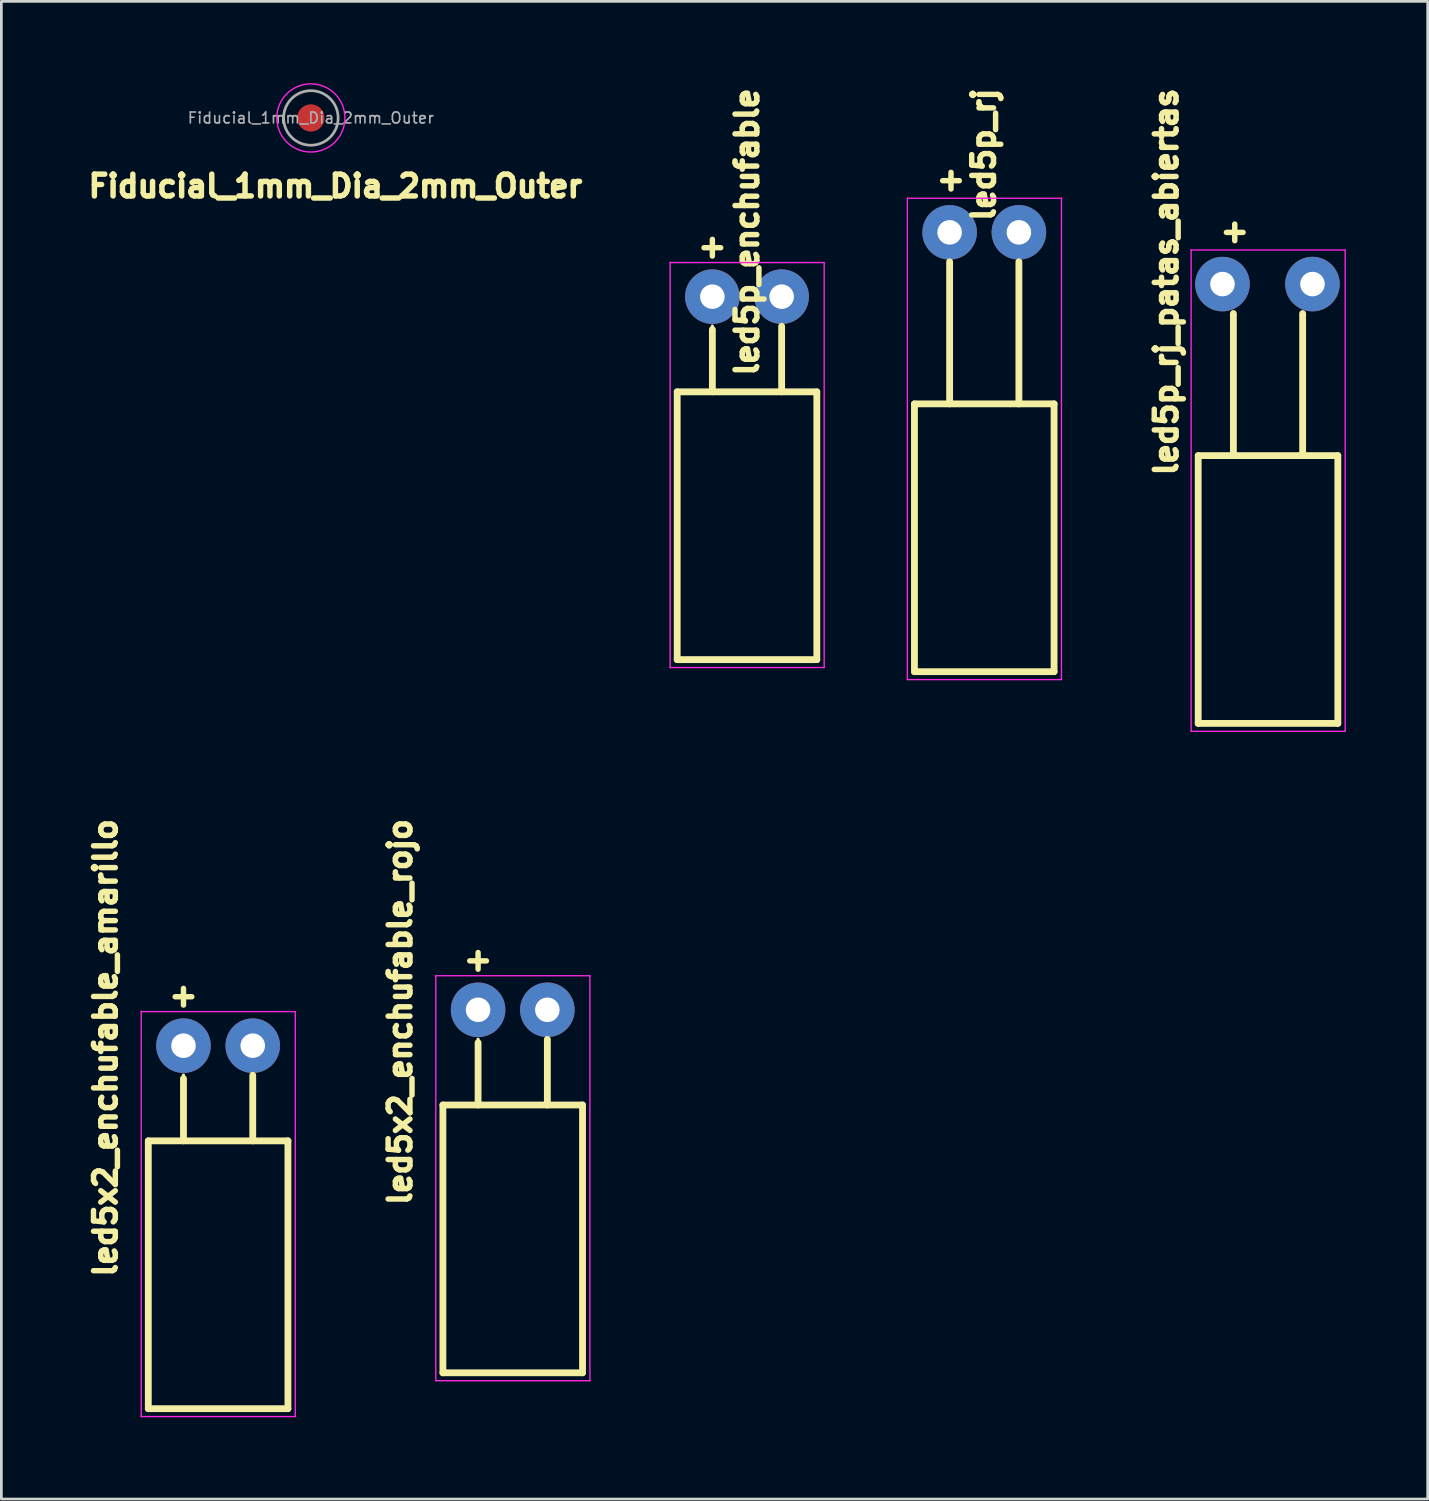
<source format=kicad_pcb>
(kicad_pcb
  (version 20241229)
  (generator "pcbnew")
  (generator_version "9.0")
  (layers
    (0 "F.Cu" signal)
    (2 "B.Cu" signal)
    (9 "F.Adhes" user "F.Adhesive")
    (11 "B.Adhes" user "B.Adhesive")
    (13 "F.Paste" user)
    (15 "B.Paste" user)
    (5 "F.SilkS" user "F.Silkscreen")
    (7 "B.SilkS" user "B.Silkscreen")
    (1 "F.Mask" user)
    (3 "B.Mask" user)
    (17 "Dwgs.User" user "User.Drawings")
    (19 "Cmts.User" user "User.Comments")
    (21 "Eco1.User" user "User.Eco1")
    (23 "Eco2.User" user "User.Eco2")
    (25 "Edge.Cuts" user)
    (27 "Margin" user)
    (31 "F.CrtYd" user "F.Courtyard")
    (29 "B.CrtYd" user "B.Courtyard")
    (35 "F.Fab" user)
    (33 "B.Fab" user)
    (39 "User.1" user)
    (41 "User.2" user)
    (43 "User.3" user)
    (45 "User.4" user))
  (footprint "led5p_enchufable"
    (layer "F.Cu")
    (at 23.072 7.828)
    (property "Reference" "led5p_enchufable" (at 1.27 -2.37 90) (layer "F.SilkS") (effects (font (size 0.8 0.8) (thickness 0.2))))
    (attr through_hole)
    (fp_line (start -1.29 3.49) (end -1.29 13.31) (stroke (width 0.25) (type solid)) (layer "F.SilkS"))
    (fp_line (start -1.29 13.31) (end 3.83 13.31) (stroke (width 0.25) (type solid)) (layer "F.SilkS"))
    (fp_line (start 0 1.08) (end 0 1.08) (stroke (width 0.12) (type solid)) (layer "F.SilkS"))
    (fp_line (start 0 3.49) (end 0 1.206) (stroke (width 0.25) (type solid)) (layer "F.SilkS"))
    (fp_line (start 0 3.49) (end 0 3.49) (stroke (width 0.12) (type solid)) (layer "F.SilkS"))
    (fp_line (start 2.54 1.08) (end 2.54 1.08) (stroke (width 0.12) (type solid)) (layer "F.SilkS"))
    (fp_line (start 2.54 3.49) (end 2.54 1.086) (stroke (width 0.25) (type solid)) (layer "F.SilkS"))
    (fp_line (start 2.54 3.49) (end 2.54 3.49) (stroke (width 0.12) (type solid)) (layer "F.SilkS"))
    (fp_line (start 3.83 3.49) (end -1.29 3.49) (stroke (width 0.25) (type solid)) (layer "F.SilkS"))
    (fp_line (start 3.83 13.31) (end 3.83 3.49) (stroke (width 0.25) (type solid)) (layer "F.SilkS"))
    (fp_line (start -1.55 -1.26) (end -1.55 13.6) (stroke (width 0.05) (type solid)) (layer "F.CrtYd"))
    (fp_line (start -1.55 13.6) (end 4.1 13.6) (stroke (width 0.05) (type solid)) (layer "F.CrtYd"))
    (fp_line (start 4.1 -1.25) (end -1.55 -1.25) (stroke (width 0.05) (type solid)) (layer "F.CrtYd"))
    (fp_line (start 4.1 13.6) (end 4.1 -1.25) (stroke (width 0.05) (type solid)) (layer "F.CrtYd"))
    (fp_line (start 0 0) (end 0 0) (stroke (width 0.1) (type solid)) (layer "F.Fab"))
    (fp_line (start 2.54 0) (end 2.54 0) (stroke (width 0.1) (type solid)) (layer "F.Fab"))
    (fp_text user "+" (at 0 -1.85 0) (layer "F.SilkS") (effects (font (size 0.8 0.8) (thickness 0.2))))
    (pad "1" thru_hole circle (at 0 0) (size 2 2) (drill 0.9) (layers "*.Cu" "*.Mask"))
    (pad "2" thru_hole circle (at 2.54 0) (size 2 2) (drill 0.9) (layers "*.Cu" "*.Mask")))
  (footprint "led5p_rj"
    (layer "F.Cu")
    (at 31.772 5.47)
    (property "Reference" "led5p_rj" (at 1.25 -2.85 90) (layer "F.SilkS") (effects (font (size 0.8 0.8) (thickness 0.2))))
    (attr through_hole)
    (fp_line (start -1.29 6.29) (end -1.29 16.11) (stroke (width 0.25) (type solid)) (layer "F.SilkS"))
    (fp_line (start -1.29 16.11) (end 3.83 16.11) (stroke (width 0.25) (type solid)) (layer "F.SilkS"))
    (fp_line (start 0 1.08) (end 0 1.08) (stroke (width 0.12) (type solid)) (layer "F.SilkS"))
    (fp_line (start 0 1.08) (end 0 6.29) (stroke (width 0.25) (type solid)) (layer "F.SilkS"))
    (fp_line (start 0 6.29) (end 0 6.29) (stroke (width 0.12) (type solid)) (layer "F.SilkS"))
    (fp_line (start 2.54 1.08) (end 2.54 1.08) (stroke (width 0.12) (type solid)) (layer "F.SilkS"))
    (fp_line (start 2.54 1.08) (end 2.54 6.29) (stroke (width 0.25) (type solid)) (layer "F.SilkS"))
    (fp_line (start 2.54 6.29) (end 2.54 6.29) (stroke (width 0.12) (type solid)) (layer "F.SilkS"))
    (fp_line (start 3.83 6.29) (end -1.29 6.29) (stroke (width 0.25) (type solid)) (layer "F.SilkS"))
    (fp_line (start 3.83 16.11) (end 3.83 6.29) (stroke (width 0.25) (type solid)) (layer "F.SilkS"))
    (fp_line (start -1.55 -1.25) (end -1.55 16.4) (stroke (width 0.05) (type solid)) (layer "F.CrtYd"))
    (fp_line (start -1.55 16.4) (end 4.1 16.4) (stroke (width 0.05) (type solid)) (layer "F.CrtYd"))
    (fp_line (start 4.1 -1.25) (end -1.55 -1.25) (stroke (width 0.05) (type solid)) (layer "F.CrtYd"))
    (fp_line (start 4.1 16.4) (end 4.1 -1.25) (stroke (width 0.05) (type solid)) (layer "F.CrtYd"))
    (fp_line (start 0 0) (end 0 0) (stroke (width 0.1) (type solid)) (layer "F.Fab"))
    (fp_line (start 2.54 0) (end 2.54 0) (stroke (width 0.1) (type solid)) (layer "F.Fab"))
    (fp_text user "+" (at 0.05 -1.95 0) (layer "F.SilkS") (effects (font (size 0.8 0.8) (thickness 0.2))))
    (pad "1" thru_hole circle (at 0 0) (size 2 2) (drill 0.9) (layers "*.Cu" "*.Mask"))
    (pad "2" thru_hole circle (at 2.54 0) (size 2 2) (drill 0.9) (layers "*.Cu" "*.Mask")))
  (footprint "Fiducial_1mm_Dia_2mm_Outer"
    (layer "F.Cu")
    (at 8.349 1.275)
    (property "Reference" "Fiducial_1mm_Dia_2mm_Outer" (at 0.9 2.5 0) (layer "F.SilkS") (effects (font (size 0.8 0.8) (thickness 0.2))))
    (attr exclude_from_pos_files exclude_from_bom)
    (fp_circle (center 0 0) (end 1.25 0) (stroke (width 0.05) (type solid)) (fill no) (layer "F.CrtYd"))
    (fp_circle (center 0 0) (end 1 0) (stroke (width 0.1) (type solid)) (fill no) (layer "F.Fab"))
    (fp_text user "${REFERENCE}" (at 0 0 0) (layer "F.Fab") (effects (font (size 0.4 0.4) (thickness 0.06))))
    (pad "~" smd circle (at 0 0) (size 1 1) (layers "F.Cu" "F.Mask")))
  (footprint "led5x2_enchufable_amarillo"
    (layer "F.Cu")
    (at 3.678 35.294)
    (property "Reference" "led5x2_enchufable_amarillo" (at -2.859 0.08 90) (layer "F.SilkS") (effects (font (size 0.8 0.8) (thickness 0.2))))
    (attr through_hole)
    (fp_line (start -1.29 3.49) (end -1.29 13.31) (stroke (width 0.25) (type solid)) (layer "F.SilkS"))
    (fp_line (start -1.29 13.31) (end 3.83 13.31) (stroke (width 0.25) (type solid)) (layer "F.SilkS"))
    (fp_line (start 0 1.08) (end 0 1.08) (stroke (width 0.12) (type solid)) (layer "F.SilkS"))
    (fp_line (start 0 3.49) (end 0 1.206) (stroke (width 0.25) (type solid)) (layer "F.SilkS"))
    (fp_line (start 0 3.49) (end 0 3.49) (stroke (width 0.12) (type solid)) (layer "F.SilkS"))
    (fp_line (start 2.54 1.08) (end 2.54 1.08) (stroke (width 0.12) (type solid)) (layer "F.SilkS"))
    (fp_line (start 2.54 3.49) (end 2.54 1.086) (stroke (width 0.25) (type solid)) (layer "F.SilkS"))
    (fp_line (start 2.54 3.49) (end 2.54 3.49) (stroke (width 0.12) (type solid)) (layer "F.SilkS"))
    (fp_line (start 3.83 3.49) (end -1.29 3.49) (stroke (width 0.25) (type solid)) (layer "F.SilkS"))
    (fp_line (start 3.83 13.31) (end 3.83 3.49) (stroke (width 0.25) (type solid)) (layer "F.SilkS"))
    (fp_line (start -1.55 -1.26) (end -1.55 13.6) (stroke (width 0.05) (type solid)) (layer "F.CrtYd"))
    (fp_line (start -1.55 13.6) (end 4.1 13.6) (stroke (width 0.05) (type solid)) (layer "F.CrtYd"))
    (fp_line (start 4.1 -1.25) (end -1.55 -1.25) (stroke (width 0.05) (type solid)) (layer "F.CrtYd"))
    (fp_line (start 4.1 13.6) (end 4.1 -1.25) (stroke (width 0.05) (type solid)) (layer "F.CrtYd"))
    (fp_line (start 0 0) (end 0 0) (stroke (width 0.1) (type solid)) (layer "F.Fab"))
    (fp_line (start 2.54 0) (end 2.54 0) (stroke (width 0.1) (type solid)) (layer "F.Fab"))
    (fp_text user "+" (at 0 -1.85 0) (layer "F.SilkS") (effects (font (size 0.8 0.8) (thickness 0.2))))
    (pad "1" thru_hole circle (at 0 0) (size 2 2) (drill 0.9) (layers "*.Cu" "*.Mask"))
    (pad "2" thru_hole circle (at 2.54 0) (size 2 2) (drill 0.9) (layers "*.Cu" "*.Mask")))
  (footprint "led5p_rj_patas_abiertas"
    (layer "F.Cu")
    (at 42.177 7.367)
    (property "Reference" "led5p_rj_patas_abiertas" (at -2.461 -0.08 90) (layer "F.SilkS") (effects (font (size 0.8 0.8) (thickness 0.2))))
    (attr through_hole)
    (fp_line (start -1.29 6.29) (end -1.29 16.11) (stroke (width 0.25) (type solid)) (layer "F.SilkS"))
    (fp_line (start -1.29 16.11) (end 3.83 16.11) (stroke (width 0.25) (type solid)) (layer "F.SilkS"))
    (fp_line (start 0 1.08) (end 0 1.08) (stroke (width 0.12) (type solid)) (layer "F.SilkS"))
    (fp_line (start 0 1.08) (end 0 6.29) (stroke (width 0.25) (type solid)) (layer "F.SilkS"))
    (fp_line (start 0 6.29) (end 0 6.29) (stroke (width 0.12) (type solid)) (layer "F.SilkS"))
    (fp_line (start 2.54 1.08) (end 2.54 1.08) (stroke (width 0.12) (type solid)) (layer "F.SilkS"))
    (fp_line (start 2.54 1.08) (end 2.54 6.29) (stroke (width 0.25) (type solid)) (layer "F.SilkS"))
    (fp_line (start 2.54 6.29) (end 2.54 6.29) (stroke (width 0.12) (type solid)) (layer "F.SilkS"))
    (fp_line (start 3.83 6.29) (end -1.29 6.29) (stroke (width 0.25) (type solid)) (layer "F.SilkS"))
    (fp_line (start 3.83 16.11) (end 3.83 6.29) (stroke (width 0.25) (type solid)) (layer "F.SilkS"))
    (fp_line (start -1.55 -1.25) (end -1.55 16.4) (stroke (width 0.05) (type solid)) (layer "F.CrtYd"))
    (fp_line (start -1.55 16.4) (end 4.1 16.4) (stroke (width 0.05) (type solid)) (layer "F.CrtYd"))
    (fp_line (start 4.1 -1.25) (end -1.55 -1.25) (stroke (width 0.05) (type solid)) (layer "F.CrtYd"))
    (fp_line (start 4.1 16.4) (end 4.1 -1.25) (stroke (width 0.05) (type solid)) (layer "F.CrtYd"))
    (fp_line (start 0 0) (end 0 0) (stroke (width 0.1) (type solid)) (layer "F.Fab"))
    (fp_line (start 2.54 0) (end 2.54 0) (stroke (width 0.1) (type solid)) (layer "F.Fab"))
    (fp_text user "+" (at 0.05 -1.95 0) (layer "F.SilkS") (effects (font (size 0.8 0.8) (thickness 0.2))))
    (pad "1" thru_hole circle (at -0.4 0) (size 2 2) (drill 0.9) (layers "*.Cu" "*.Mask"))
    (pad "2" thru_hole circle (at 2.9 0) (size 2 2) (drill 0.9) (layers "*.Cu" "*.Mask")))
  (footprint "led5x2_enchufable_rojo"
    (layer "F.Cu")
    (at 14.481 33.979)
    (property "Reference" "led5x2_enchufable_rojo" (at -2.859 0.08 90) (layer "F.SilkS") (effects (font (size 0.8 0.8) (thickness 0.2))))
    (attr through_hole)
    (fp_line (start -1.29 3.49) (end -1.29 13.31) (stroke (width 0.25) (type solid)) (layer "F.SilkS"))
    (fp_line (start -1.29 13.31) (end 3.83 13.31) (stroke (width 0.25) (type solid)) (layer "F.SilkS"))
    (fp_line (start 0 1.08) (end 0 1.08) (stroke (width 0.12) (type solid)) (layer "F.SilkS"))
    (fp_line (start 0 3.49) (end 0 1.206) (stroke (width 0.25) (type solid)) (layer "F.SilkS"))
    (fp_line (start 0 3.49) (end 0 3.49) (stroke (width 0.12) (type solid)) (layer "F.SilkS"))
    (fp_line (start 2.54 1.08) (end 2.54 1.08) (stroke (width 0.12) (type solid)) (layer "F.SilkS"))
    (fp_line (start 2.54 3.49) (end 2.54 1.086) (stroke (width 0.25) (type solid)) (layer "F.SilkS"))
    (fp_line (start 2.54 3.49) (end 2.54 3.49) (stroke (width 0.12) (type solid)) (layer "F.SilkS"))
    (fp_line (start 3.83 3.49) (end -1.29 3.49) (stroke (width 0.25) (type solid)) (layer "F.SilkS"))
    (fp_line (start 3.83 13.31) (end 3.83 3.49) (stroke (width 0.25) (type solid)) (layer "F.SilkS"))
    (fp_line (start -1.55 -1.26) (end -1.55 13.6) (stroke (width 0.05) (type solid)) (layer "F.CrtYd"))
    (fp_line (start -1.55 13.6) (end 4.1 13.6) (stroke (width 0.05) (type solid)) (layer "F.CrtYd"))
    (fp_line (start 4.1 -1.25) (end -1.55 -1.25) (stroke (width 0.05) (type solid)) (layer "F.CrtYd"))
    (fp_line (start 4.1 13.6) (end 4.1 -1.25) (stroke (width 0.05) (type solid)) (layer "F.CrtYd"))
    (fp_line (start 0 0) (end 0 0) (stroke (width 0.1) (type solid)) (layer "F.Fab"))
    (fp_line (start 2.54 0) (end 2.54 0) (stroke (width 0.1) (type solid)) (layer "F.Fab"))
    (fp_text user "+" (at 0 -1.85 0) (layer "F.SilkS") (effects (font (size 0.8 0.8) (thickness 0.2))))
    (pad "1" thru_hole circle (at 0 0) (size 2 2) (drill 0.9) (layers "*.Cu" "*.Mask"))
    (pad "2" thru_hole circle (at 2.54 0) (size 2 2) (drill 0.9) (layers "*.Cu" "*.Mask")))
  (gr_rect
    (start -3 -3)
    (end 49.302 51.919)
    (stroke (width 0.1) (type default))
    (fill no)
    (layer "Edge.Cuts")))
</source>
